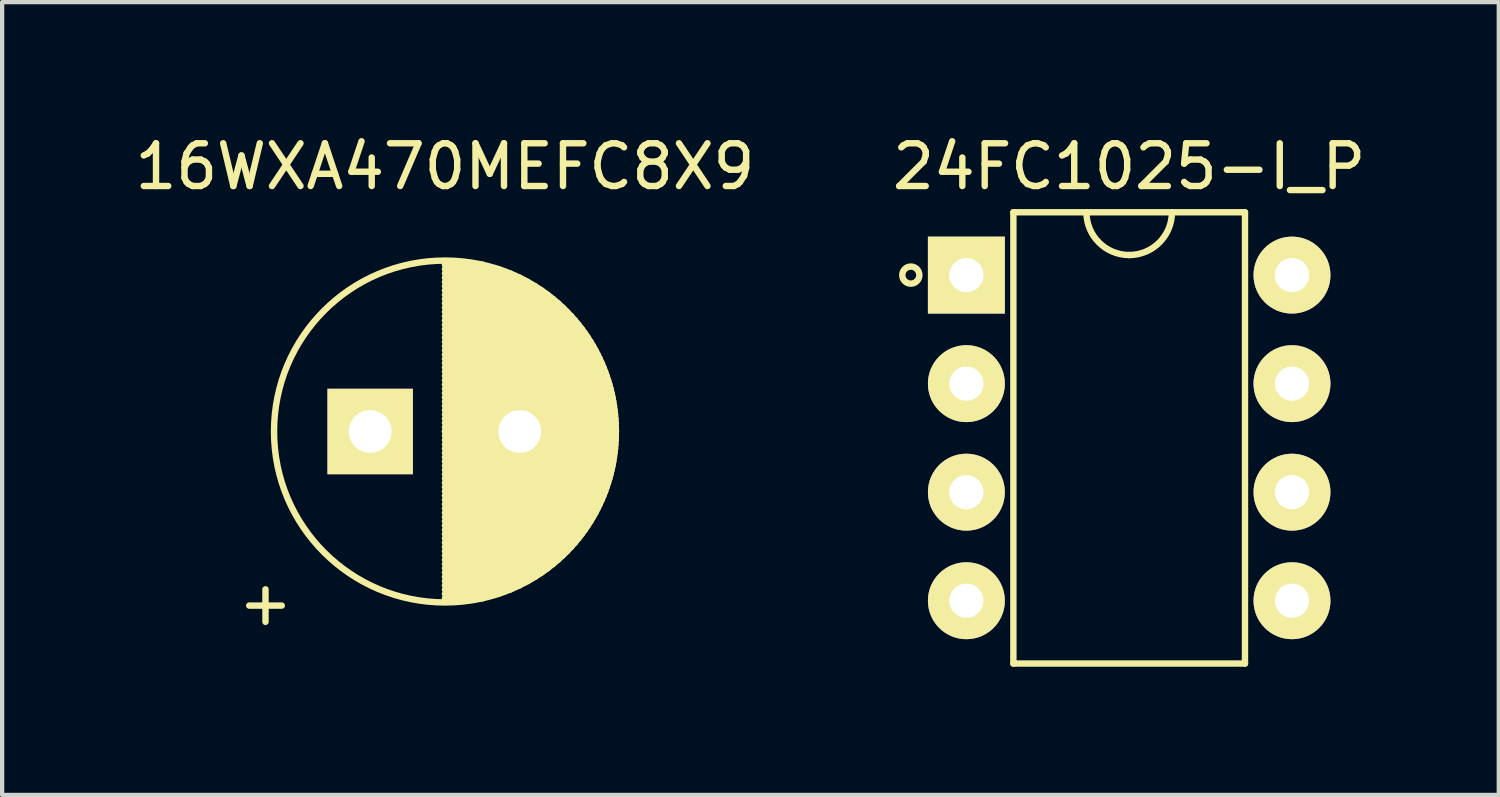
<source format=kicad_pcb>
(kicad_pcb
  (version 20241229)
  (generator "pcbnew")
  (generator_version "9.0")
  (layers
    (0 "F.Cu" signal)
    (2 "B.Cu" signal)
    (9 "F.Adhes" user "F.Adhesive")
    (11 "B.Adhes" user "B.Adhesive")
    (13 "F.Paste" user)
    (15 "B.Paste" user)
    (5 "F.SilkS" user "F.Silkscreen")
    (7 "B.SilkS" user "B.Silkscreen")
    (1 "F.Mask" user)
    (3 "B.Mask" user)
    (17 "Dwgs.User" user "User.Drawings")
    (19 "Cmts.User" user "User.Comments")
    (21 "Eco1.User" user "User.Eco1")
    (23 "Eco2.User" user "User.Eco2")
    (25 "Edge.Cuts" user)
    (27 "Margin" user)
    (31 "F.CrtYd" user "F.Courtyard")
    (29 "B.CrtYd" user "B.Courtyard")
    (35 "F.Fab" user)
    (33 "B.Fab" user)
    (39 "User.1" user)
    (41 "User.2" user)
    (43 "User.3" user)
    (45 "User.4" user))
  (footprint "24FC1025-I_P"
    (layer "F.Cu")
    (at 19.565 3.388)
    (property "Reference" "24FC1025-I_P" (at 3.81 -2.54 0) (layer "F.SilkS") (effects (font (size 1 1) (thickness 0.15))))
    (attr through_hole)
    (fp_line (start 1.1 -1.47) (end 6.52 -1.47) (stroke (width 0.15) (type solid)) (layer "F.SilkS"))
    (fp_line (start 1.1 9.09) (end 1.1 -1.47) (stroke (width 0.15) (type solid)) (layer "F.SilkS"))
    (fp_line (start 6.52 -1.47) (end 6.52 9.09) (stroke (width 0.15) (type solid)) (layer "F.SilkS"))
    (fp_line (start 6.52 9.09) (end 1.1 9.09) (stroke (width 0.15) (type solid)) (layer "F.SilkS"))
    (fp_arc (start 3.81 -0.47) (mid 3.102893 -0.762893) (end 2.81 -1.47) (stroke (width 0.15) (type solid)) (layer "F.SilkS"))
    (fp_arc (start 4.81 -1.47) (mid 4.517107 -0.762893) (end 3.81 -0.47) (stroke (width 0.15) (type solid)) (layer "F.SilkS"))
    (fp_circle (center -1.3 0) (end -1.3 0.2) (stroke (width 0.15) (type solid)) (fill no) (layer "F.SilkS"))
    (pad "1" thru_hole rect (at 0 0) (size 1.8 1.8) (drill 0.8) (layers "*.Cu" "*.Mask" "F.SilkS"))
    (pad "2" thru_hole circle (at 0 2.54) (size 1.8 1.8) (drill 0.8) (layers "*.Cu" "*.Mask" "F.SilkS"))
    (pad "3" thru_hole circle (at 0 5.08) (size 1.8 1.8) (drill 0.8) (layers "*.Cu" "*.Mask" "F.SilkS"))
    (pad "4" thru_hole circle (at 0 7.62) (size 1.8 1.8) (drill 0.8) (layers "*.Cu" "*.Mask" "F.SilkS"))
    (pad "5" thru_hole circle (at 7.62 7.62) (size 1.8 1.8) (drill 0.8) (layers "*.Cu" "*.Mask" "F.SilkS"))
    (pad "6" thru_hole circle (at 7.62 5.08) (size 1.8 1.8) (drill 0.8) (layers "*.Cu" "*.Mask" "F.SilkS"))
    (pad "7" thru_hole circle (at 7.62 2.54) (size 1.8 1.8) (drill 0.8) (layers "*.Cu" "*.Mask" "F.SilkS"))
    (pad "8" thru_hole circle (at 7.62 0) (size 1.8 1.8) (drill 0.8) (layers "*.Cu" "*.Mask" "F.SilkS")))
  (footprint "16WXA470MEFC8X9"
    (layer "F.Cu")
    (at 5.613 7.048)
    (property "Reference" "16WXA470MEFC8X9" (at 1.75 -6.2 0) (layer "F.SilkS") (effects (font (size 1 1) (thickness 0.15))))
    (attr through_hole)
    (fp_line (start 1.75 -3.9) (end 2.639 -3.9) (stroke (width 0.15) (type solid)) (layer "F.SilkS"))
    (fp_line (start 1.75 -3.8) (end 2.999 -3.8) (stroke (width 0.15) (type solid)) (layer "F.SilkS"))
    (fp_line (start 1.75 -3.7) (end 3.27 -3.7) (stroke (width 0.15) (type solid)) (layer "F.SilkS"))
    (fp_line (start 1.75 -3.6) (end 3.494 -3.6) (stroke (width 0.15) (type solid)) (layer "F.SilkS"))
    (fp_line (start 1.75 -3.5) (end 3.686 -3.5) (stroke (width 0.15) (type solid)) (layer "F.SilkS"))
    (fp_line (start 1.75 -3.4) (end 3.857 -3.4) (stroke (width 0.15) (type solid)) (layer "F.SilkS"))
    (fp_line (start 1.75 -3.3) (end 4.011 -3.3) (stroke (width 0.15) (type solid)) (layer "F.SilkS"))
    (fp_line (start 1.75 -3.2) (end 4.15 -3.2) (stroke (width 0.15) (type solid)) (layer "F.SilkS"))
    (fp_line (start 1.75 -3.1) (end 4.278 -3.1) (stroke (width 0.15) (type solid)) (layer "F.SilkS"))
    (fp_line (start 1.75 -3) (end 4.396 -3) (stroke (width 0.15) (type solid)) (layer "F.SilkS"))
    (fp_line (start 1.75 -2.9) (end 4.505 -2.9) (stroke (width 0.15) (type solid)) (layer "F.SilkS"))
    (fp_line (start 1.75 -2.8) (end 4.607 -2.8) (stroke (width 0.15) (type solid)) (layer "F.SilkS"))
    (fp_line (start 1.75 -2.7) (end 4.701 -2.7) (stroke (width 0.15) (type solid)) (layer "F.SilkS"))
    (fp_line (start 1.75 -2.6) (end 4.79 -2.6) (stroke (width 0.15) (type solid)) (layer "F.SilkS"))
    (fp_line (start 1.75 -2.5) (end 4.872 -2.5) (stroke (width 0.15) (type solid)) (layer "F.SilkS"))
    (fp_line (start 1.75 -2.4) (end 4.95 -2.4) (stroke (width 0.15) (type solid)) (layer "F.SilkS"))
    (fp_line (start 1.75 -2.3) (end 5.023 -2.3) (stroke (width 0.15) (type solid)) (layer "F.SilkS"))
    (fp_line (start 1.75 -2.2) (end 5.091 -2.2) (stroke (width 0.15) (type solid)) (layer "F.SilkS"))
    (fp_line (start 1.75 -2.1) (end 5.154 -2.1) (stroke (width 0.15) (type solid)) (layer "F.SilkS"))
    (fp_line (start 1.75 -2) (end 5.214 -2) (stroke (width 0.15) (type solid)) (layer "F.SilkS"))
    (fp_line (start 1.75 -1.9) (end 5.27 -1.9) (stroke (width 0.15) (type solid)) (layer "F.SilkS"))
    (fp_line (start 1.75 -1.8) (end 5.322 -1.8) (stroke (width 0.15) (type solid)) (layer "F.SilkS"))
    (fp_line (start 1.75 -1.7) (end 5.371 -1.7) (stroke (width 0.15) (type solid)) (layer "F.SilkS"))
    (fp_line (start 1.75 -1.6) (end 5.416 -1.6) (stroke (width 0.15) (type solid)) (layer "F.SilkS"))
    (fp_line (start 1.75 -1.5) (end 5.458 -1.5) (stroke (width 0.15) (type solid)) (layer "F.SilkS"))
    (fp_line (start 1.75 -1.4) (end 5.497 -1.4) (stroke (width 0.15) (type solid)) (layer "F.SilkS"))
    (fp_line (start 1.75 -1.3) (end 5.533 -1.3) (stroke (width 0.15) (type solid)) (layer "F.SilkS"))
    (fp_line (start 1.75 -1.2) (end 5.566 -1.2) (stroke (width 0.15) (type solid)) (layer "F.SilkS"))
    (fp_line (start 1.75 -1.1) (end 5.596 -1.1) (stroke (width 0.15) (type solid)) (layer "F.SilkS"))
    (fp_line (start 1.75 -1) (end 5.623 -1) (stroke (width 0.15) (type solid)) (layer "F.SilkS"))
    (fp_line (start 1.75 -0.9) (end 5.647 -0.9) (stroke (width 0.15) (type solid)) (layer "F.SilkS"))
    (fp_line (start 1.75 -0.8) (end 5.669 -0.8) (stroke (width 0.15) (type solid)) (layer "F.SilkS"))
    (fp_line (start 1.75 -0.7) (end 5.688 -0.7) (stroke (width 0.15) (type solid)) (layer "F.SilkS"))
    (fp_line (start 1.75 -0.6) (end 5.705 -0.6) (stroke (width 0.15) (type solid)) (layer "F.SilkS"))
    (fp_line (start 1.75 -0.5) (end 5.719 -0.5) (stroke (width 0.15) (type solid)) (layer "F.SilkS"))
    (fp_line (start 1.75 -0.4) (end 5.73 -0.4) (stroke (width 0.15) (type solid)) (layer "F.SilkS"))
    (fp_line (start 1.75 -0.3) (end 5.739 -0.3) (stroke (width 0.15) (type solid)) (layer "F.SilkS"))
    (fp_line (start 1.75 -0.2) (end 5.745 -0.2) (stroke (width 0.15) (type solid)) (layer "F.SilkS"))
    (fp_line (start 1.75 -0.1) (end 5.749 -0.1) (stroke (width 0.15) (type solid)) (layer "F.SilkS"))
    (fp_line (start 1.75 0) (end 5.75 0) (stroke (width 0.15) (type solid)) (layer "F.SilkS"))
    (fp_line (start 1.75 0) (end 5.75 0) (stroke (width 0.15) (type solid)) (layer "F.SilkS"))
    (fp_line (start 1.75 0.1) (end 5.749 0.1) (stroke (width 0.15) (type solid)) (layer "F.SilkS"))
    (fp_line (start 1.75 0.2) (end 5.745 0.2) (stroke (width 0.15) (type solid)) (layer "F.SilkS"))
    (fp_line (start 1.75 0.3) (end 5.739 0.3) (stroke (width 0.15) (type solid)) (layer "F.SilkS"))
    (fp_line (start 1.75 0.4) (end 5.73 0.4) (stroke (width 0.15) (type solid)) (layer "F.SilkS"))
    (fp_line (start 1.75 0.5) (end 5.719 0.5) (stroke (width 0.15) (type solid)) (layer "F.SilkS"))
    (fp_line (start 1.75 0.6) (end 5.705 0.6) (stroke (width 0.15) (type solid)) (layer "F.SilkS"))
    (fp_line (start 1.75 0.7) (end 5.688 0.7) (stroke (width 0.15) (type solid)) (layer "F.SilkS"))
    (fp_line (start 1.75 0.8) (end 5.669 0.8) (stroke (width 0.15) (type solid)) (layer "F.SilkS"))
    (fp_line (start 1.75 0.9) (end 5.647 0.9) (stroke (width 0.15) (type solid)) (layer "F.SilkS"))
    (fp_line (start 1.75 1) (end 5.623 1) (stroke (width 0.15) (type solid)) (layer "F.SilkS"))
    (fp_line (start 1.75 1.1) (end 5.596 1.1) (stroke (width 0.15) (type solid)) (layer "F.SilkS"))
    (fp_line (start 1.75 1.2) (end 5.566 1.2) (stroke (width 0.15) (type solid)) (layer "F.SilkS"))
    (fp_line (start 1.75 1.3) (end 5.533 1.3) (stroke (width 0.15) (type solid)) (layer "F.SilkS"))
    (fp_line (start 1.75 1.4) (end 5.497 1.4) (stroke (width 0.15) (type solid)) (layer "F.SilkS"))
    (fp_line (start 1.75 1.5) (end 5.458 1.5) (stroke (width 0.15) (type solid)) (layer "F.SilkS"))
    (fp_line (start 1.75 1.6) (end 5.416 1.6) (stroke (width 0.15) (type solid)) (layer "F.SilkS"))
    (fp_line (start 1.75 1.7) (end 5.371 1.7) (stroke (width 0.15) (type solid)) (layer "F.SilkS"))
    (fp_line (start 1.75 1.8) (end 5.322 1.8) (stroke (width 0.15) (type solid)) (layer "F.SilkS"))
    (fp_line (start 1.75 1.9) (end 5.27 1.9) (stroke (width 0.15) (type solid)) (layer "F.SilkS"))
    (fp_line (start 1.75 2) (end 5.214 2) (stroke (width 0.15) (type solid)) (layer "F.SilkS"))
    (fp_line (start 1.75 2.1) (end 5.154 2.1) (stroke (width 0.15) (type solid)) (layer "F.SilkS"))
    (fp_line (start 1.75 2.2) (end 5.091 2.2) (stroke (width 0.15) (type solid)) (layer "F.SilkS"))
    (fp_line (start 1.75 2.3) (end 5.023 2.3) (stroke (width 0.15) (type solid)) (layer "F.SilkS"))
    (fp_line (start 1.75 2.4) (end 4.95 2.4) (stroke (width 0.15) (type solid)) (layer "F.SilkS"))
    (fp_line (start 1.75 2.5) (end 4.872 2.5) (stroke (width 0.15) (type solid)) (layer "F.SilkS"))
    (fp_line (start 1.75 2.6) (end 4.79 2.6) (stroke (width 0.15) (type solid)) (layer "F.SilkS"))
    (fp_line (start 1.75 2.7) (end 4.701 2.7) (stroke (width 0.15) (type solid)) (layer "F.SilkS"))
    (fp_line (start 1.75 2.8) (end 4.607 2.8) (stroke (width 0.15) (type solid)) (layer "F.SilkS"))
    (fp_line (start 1.75 2.9) (end 4.505 2.9) (stroke (width 0.15) (type solid)) (layer "F.SilkS"))
    (fp_line (start 1.75 3) (end 4.396 3) (stroke (width 0.15) (type solid)) (layer "F.SilkS"))
    (fp_line (start 1.75 3.1) (end 4.278 3.1) (stroke (width 0.15) (type solid)) (layer "F.SilkS"))
    (fp_line (start 1.75 3.2) (end 4.15 3.2) (stroke (width 0.15) (type solid)) (layer "F.SilkS"))
    (fp_line (start 1.75 3.3) (end 4.011 3.3) (stroke (width 0.15) (type solid)) (layer "F.SilkS"))
    (fp_line (start 1.75 3.4) (end 3.857 3.4) (stroke (width 0.15) (type solid)) (layer "F.SilkS"))
    (fp_line (start 1.75 3.5) (end 3.686 3.5) (stroke (width 0.15) (type solid)) (layer "F.SilkS"))
    (fp_line (start 1.75 3.6) (end 3.494 3.6) (stroke (width 0.15) (type solid)) (layer "F.SilkS"))
    (fp_line (start 1.75 3.7) (end 3.27 3.7) (stroke (width 0.15) (type solid)) (layer "F.SilkS"))
    (fp_line (start 1.75 3.8) (end 2.999 3.8) (stroke (width 0.15) (type solid)) (layer "F.SilkS"))
    (fp_line (start 1.75 3.9) (end 2.639 3.9) (stroke (width 0.15) (type solid)) (layer "F.SilkS"))
    (fp_circle (center 1.75 0) (end 1.75 -4) (stroke (width 0.15) (type solid)) (fill no) (layer "F.SilkS"))
    (fp_text user "+" (at -2.45 4 0) (layer "F.SilkS") (effects (font (size 1 1) (thickness 0.15))))
    (pad "1" thru_hole rect (at 0 0) (size 2 2) (drill 1) (layers "*.Cu" "*.Mask" "F.SilkS"))
    (pad "2" thru_hole circle (at 3.5 0) (size 2 2) (drill 1) (layers "*.Cu" "*.Mask" "F.SilkS")))
  (gr_rect
    (start -3 -3)
    (end 32.024 15.553)
    (stroke (width 0.1) (type default))
    (fill no)
    (layer "Edge.Cuts")))
</source>
